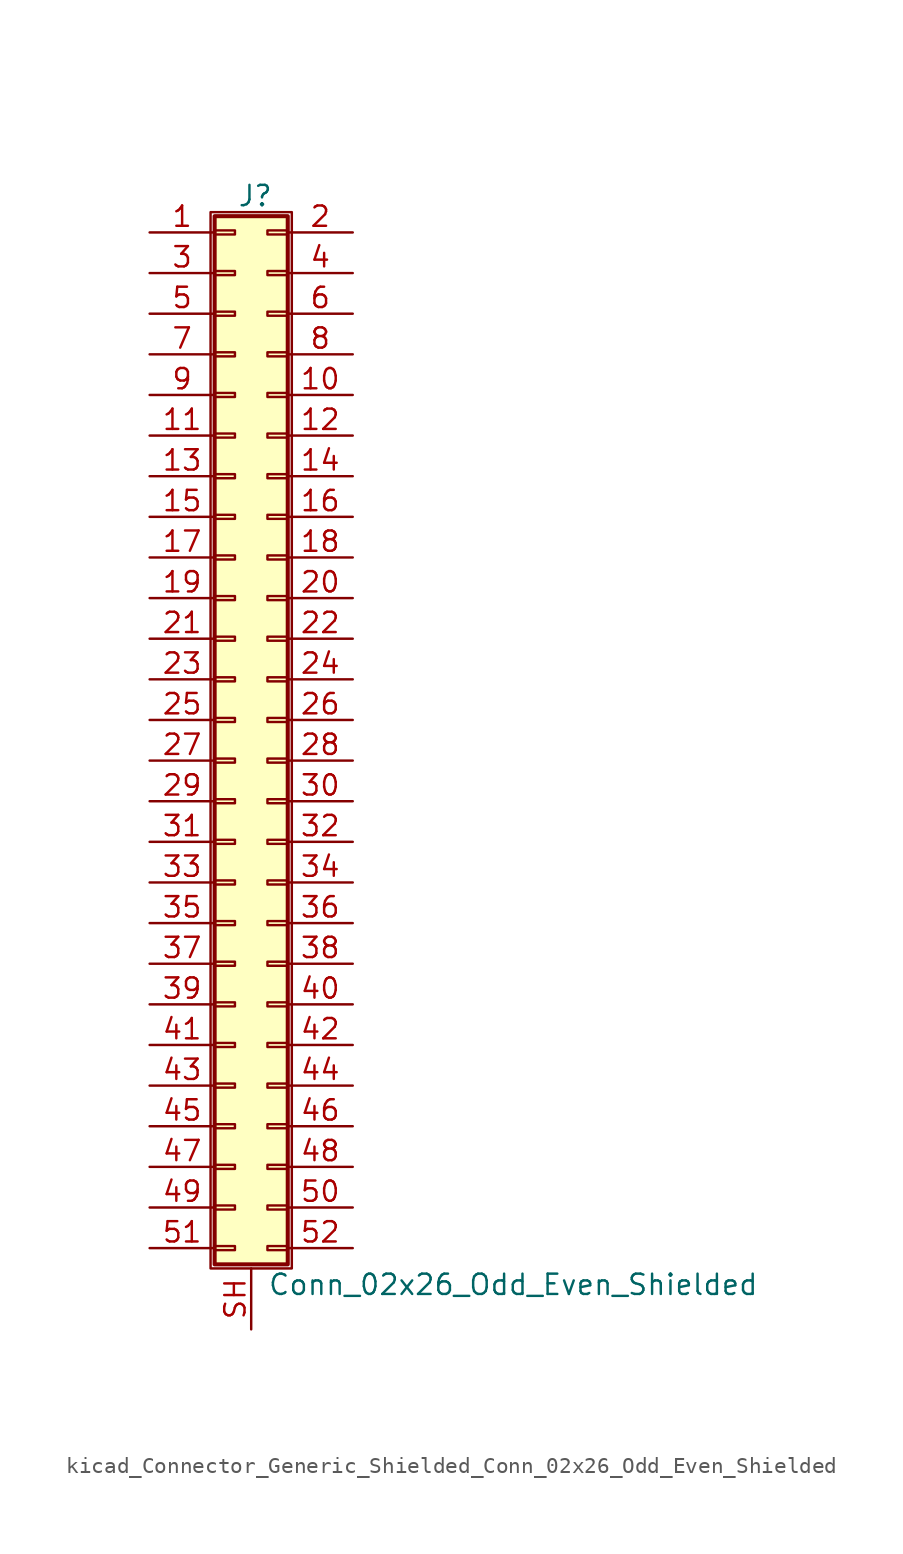
<source format=kicad_sym>
(kicad_symbol_lib
  (version 20220914)
  (generator kicad_symbol_editor)
  (symbol "kicad_Connector_Generic_Shielded_Conn_02x26_Odd_Even_Shielded"
    (pin_names
      (offset 1.016) hide)
    (property "Reference" "J"
      (at 1.524 32.766 0)
      (effects (font (size 1.27 1.27))))
    (property "Value" "Conn_02x26_Odd_Even_Shielded"
      (at 2.286 -35.306 0)
      (effects (font (size 1.27 1.27)) (justify left)))
    (symbol "kicad_Connector_Generic_Shielded_Conn_02x26_Odd_Even_Shielded_1_1"
      (rectangle (start -1.27 31.75) (end 3.81 -34.29) (stroke (width 0.152) (type default)) (fill (type none)))
      (rectangle (start -1.016 -32.893) (end 0.254 -33.147) (stroke (width 0.152) (type default)) (fill (type none)))
      (rectangle (start -1.016 -30.353) (end 0.254 -30.607) (stroke (width 0.152) (type default)) (fill (type none)))
      (rectangle (start -1.016 -27.813) (end 0.254 -28.067) (stroke (width 0.152) (type default)) (fill (type none)))
      (rectangle (start -1.016 -25.273) (end 0.254 -25.527) (stroke (width 0.152) (type default)) (fill (type none)))
      (rectangle (start -1.016 -22.733) (end 0.254 -22.987) (stroke (width 0.152) (type default)) (fill (type none)))
      (rectangle (start -1.016 -20.193) (end 0.254 -20.447) (stroke (width 0.152) (type default)) (fill (type none)))
      (rectangle (start -1.016 -17.653) (end 0.254 -17.907) (stroke (width 0.152) (type default)) (fill (type none)))
      (rectangle (start -1.016 -15.113) (end 0.254 -15.367) (stroke (width 0.152) (type default)) (fill (type none)))
      (rectangle (start -1.016 -12.573) (end 0.254 -12.827) (stroke (width 0.152) (type default)) (fill (type none)))
      (rectangle (start -1.016 -10.033) (end 0.254 -10.287) (stroke (width 0.152) (type default)) (fill (type none)))
      (rectangle (start -1.016 -7.493) (end 0.254 -7.747) (stroke (width 0.152) (type default)) (fill (type none)))
      (rectangle (start -1.016 -4.953) (end 0.254 -5.207) (stroke (width 0.152) (type default)) (fill (type none)))
      (rectangle (start -1.016 -2.413) (end 0.254 -2.667) (stroke (width 0.152) (type default)) (fill (type none)))
      (rectangle (start -1.016 0.127) (end 0.254 -0.127) (stroke (width 0.152) (type default)) (fill (type none)))
      (rectangle (start -1.016 2.667) (end 0.254 2.413) (stroke (width 0.152) (type default)) (fill (type none)))
      (rectangle (start -1.016 5.207) (end 0.254 4.953) (stroke (width 0.152) (type default)) (fill (type none)))
      (rectangle (start -1.016 7.747) (end 0.254 7.493) (stroke (width 0.152) (type default)) (fill (type none)))
      (rectangle (start -1.016 10.287) (end 0.254 10.033) (stroke (width 0.152) (type default)) (fill (type none)))
      (rectangle (start -1.016 12.827) (end 0.254 12.573) (stroke (width 0.152) (type default)) (fill (type none)))
      (rectangle (start -1.016 15.367) (end 0.254 15.113) (stroke (width 0.152) (type default)) (fill (type none)))
      (rectangle (start -1.016 17.907) (end 0.254 17.653) (stroke (width 0.152) (type default)) (fill (type none)))
      (rectangle (start -1.016 20.447) (end 0.254 20.193) (stroke (width 0.152) (type default)) (fill (type none)))
      (rectangle (start -1.016 22.987) (end 0.254 22.733) (stroke (width 0.152) (type default)) (fill (type none)))
      (rectangle (start -1.016 25.527) (end 0.254 25.273) (stroke (width 0.152) (type default)) (fill (type none)))
      (rectangle (start -1.016 28.067) (end 0.254 27.813) (stroke (width 0.152) (type default)) (fill (type none)))
      (rectangle (start -1.016 30.607) (end 0.254 30.353) (stroke (width 0.152) (type default)) (fill (type none)))
      (rectangle (start -1.016 31.496) (end 3.556 -34.036) (stroke (width 0.254) (type default)) (fill (type background)))
      (rectangle (start 3.556 -32.893) (end 2.286 -33.147) (stroke (width 0.152) (type default)) (fill (type none)))
      (rectangle (start 3.556 -30.353) (end 2.286 -30.607) (stroke (width 0.152) (type default)) (fill (type none)))
      (rectangle (start 3.556 -27.813) (end 2.286 -28.067) (stroke (width 0.152) (type default)) (fill (type none)))
      (rectangle (start 3.556 -25.273) (end 2.286 -25.527) (stroke (width 0.152) (type default)) (fill (type none)))
      (rectangle (start 3.556 -22.733) (end 2.286 -22.987) (stroke (width 0.152) (type default)) (fill (type none)))
      (rectangle (start 3.556 -20.193) (end 2.286 -20.447) (stroke (width 0.152) (type default)) (fill (type none)))
      (rectangle (start 3.556 -17.653) (end 2.286 -17.907) (stroke (width 0.152) (type default)) (fill (type none)))
      (rectangle (start 3.556 -15.113) (end 2.286 -15.367) (stroke (width 0.152) (type default)) (fill (type none)))
      (rectangle (start 3.556 -12.573) (end 2.286 -12.827) (stroke (width 0.152) (type default)) (fill (type none)))
      (rectangle (start 3.556 -10.033) (end 2.286 -10.287) (stroke (width 0.152) (type default)) (fill (type none)))
      (rectangle (start 3.556 -7.493) (end 2.286 -7.747) (stroke (width 0.152) (type default)) (fill (type none)))
      (rectangle (start 3.556 -4.953) (end 2.286 -5.207) (stroke (width 0.152) (type default)) (fill (type none)))
      (rectangle (start 3.556 -2.413) (end 2.286 -2.667) (stroke (width 0.152) (type default)) (fill (type none)))
      (rectangle (start 3.556 0.127) (end 2.286 -0.127) (stroke (width 0.152) (type default)) (fill (type none)))
      (rectangle (start 3.556 2.667) (end 2.286 2.413) (stroke (width 0.152) (type default)) (fill (type none)))
      (rectangle (start 3.556 5.207) (end 2.286 4.953) (stroke (width 0.152) (type default)) (fill (type none)))
      (rectangle (start 3.556 7.747) (end 2.286 7.493) (stroke (width 0.152) (type default)) (fill (type none)))
      (rectangle (start 3.556 10.287) (end 2.286 10.033) (stroke (width 0.152) (type default)) (fill (type none)))
      (rectangle (start 3.556 12.827) (end 2.286 12.573) (stroke (width 0.152) (type default)) (fill (type none)))
      (rectangle (start 3.556 15.367) (end 2.286 15.113) (stroke (width 0.152) (type default)) (fill (type none)))
      (rectangle (start 3.556 17.907) (end 2.286 17.653) (stroke (width 0.152) (type default)) (fill (type none)))
      (rectangle (start 3.556 20.447) (end 2.286 20.193) (stroke (width 0.152) (type default)) (fill (type none)))
      (rectangle (start 3.556 22.987) (end 2.286 22.733) (stroke (width 0.152) (type default)) (fill (type none)))
      (rectangle (start 3.556 25.527) (end 2.286 25.273) (stroke (width 0.152) (type default)) (fill (type none)))
      (rectangle (start 3.556 28.067) (end 2.286 27.813) (stroke (width 0.152) (type default)) (fill (type none)))
      (rectangle (start 3.556 30.607) (end 2.286 30.353) (stroke (width 0.152) (type default)) (fill (type none)))
      (pin passive line (at -5.08 30.48 0) (length 4.064) (name "Pin_1" (effects (font (size 1.27 1.27)))) (number "1" (effects (font (size 1.27 1.27)))))
      (pin passive line (at 7.62 20.32 180) (length 4.064) (name "Pin_10" (effects (font (size 1.27 1.27)))) (number "10" (effects (font (size 1.27 1.27)))))
      (pin passive line (at -5.08 17.78 0) (length 4.064) (name "Pin_11" (effects (font (size 1.27 1.27)))) (number "11" (effects (font (size 1.27 1.27)))))
      (pin passive line (at 7.62 17.78 180) (length 4.064) (name "Pin_12" (effects (font (size 1.27 1.27)))) (number "12" (effects (font (size 1.27 1.27)))))
      (pin passive line (at -5.08 15.24 0) (length 4.064) (name "Pin_13" (effects (font (size 1.27 1.27)))) (number "13" (effects (font (size 1.27 1.27)))))
      (pin passive line (at 7.62 15.24 180) (length 4.064) (name "Pin_14" (effects (font (size 1.27 1.27)))) (number "14" (effects (font (size 1.27 1.27)))))
      (pin passive line (at -5.08 12.7 0) (length 4.064) (name "Pin_15" (effects (font (size 1.27 1.27)))) (number "15" (effects (font (size 1.27 1.27)))))
      (pin passive line (at 7.62 12.7 180) (length 4.064) (name "Pin_16" (effects (font (size 1.27 1.27)))) (number "16" (effects (font (size 1.27 1.27)))))
      (pin passive line (at -5.08 10.16 0) (length 4.064) (name "Pin_17" (effects (font (size 1.27 1.27)))) (number "17" (effects (font (size 1.27 1.27)))))
      (pin passive line (at 7.62 10.16 180) (length 4.064) (name "Pin_18" (effects (font (size 1.27 1.27)))) (number "18" (effects (font (size 1.27 1.27)))))
      (pin passive line (at -5.08 7.62 0) (length 4.064) (name "Pin_19" (effects (font (size 1.27 1.27)))) (number "19" (effects (font (size 1.27 1.27)))))
      (pin passive line (at 7.62 30.48 180) (length 4.064) (name "Pin_2" (effects (font (size 1.27 1.27)))) (number "2" (effects (font (size 1.27 1.27)))))
      (pin passive line (at 7.62 7.62 180) (length 4.064) (name "Pin_20" (effects (font (size 1.27 1.27)))) (number "20" (effects (font (size 1.27 1.27)))))
      (pin passive line (at -5.08 5.08 0) (length 4.064) (name "Pin_21" (effects (font (size 1.27 1.27)))) (number "21" (effects (font (size 1.27 1.27)))))
      (pin passive line (at 7.62 5.08 180) (length 4.064) (name "Pin_22" (effects (font (size 1.27 1.27)))) (number "22" (effects (font (size 1.27 1.27)))))
      (pin passive line (at -5.08 2.54 0) (length 4.064) (name "Pin_23" (effects (font (size 1.27 1.27)))) (number "23" (effects (font (size 1.27 1.27)))))
      (pin passive line (at 7.62 2.54 180) (length 4.064) (name "Pin_24" (effects (font (size 1.27 1.27)))) (number "24" (effects (font (size 1.27 1.27)))))
      (pin passive line (at -5.08 0 0) (length 4.064) (name "Pin_25" (effects (font (size 1.27 1.27)))) (number "25" (effects (font (size 1.27 1.27)))))
      (pin passive line (at 7.62 0 180) (length 4.064) (name "Pin_26" (effects (font (size 1.27 1.27)))) (number "26" (effects (font (size 1.27 1.27)))))
      (pin passive line (at -5.08 -2.54 0) (length 4.064) (name "Pin_27" (effects (font (size 1.27 1.27)))) (number "27" (effects (font (size 1.27 1.27)))))
      (pin passive line (at 7.62 -2.54 180) (length 4.064) (name "Pin_28" (effects (font (size 1.27 1.27)))) (number "28" (effects (font (size 1.27 1.27)))))
      (pin passive line (at -5.08 -5.08 0) (length 4.064) (name "Pin_29" (effects (font (size 1.27 1.27)))) (number "29" (effects (font (size 1.27 1.27)))))
      (pin passive line (at -5.08 27.94 0) (length 4.064) (name "Pin_3" (effects (font (size 1.27 1.27)))) (number "3" (effects (font (size 1.27 1.27)))))
      (pin passive line (at 7.62 -5.08 180) (length 4.064) (name "Pin_30" (effects (font (size 1.27 1.27)))) (number "30" (effects (font (size 1.27 1.27)))))
      (pin passive line (at -5.08 -7.62 0) (length 4.064) (name "Pin_31" (effects (font (size 1.27 1.27)))) (number "31" (effects (font (size 1.27 1.27)))))
      (pin passive line (at 7.62 -7.62 180) (length 4.064) (name "Pin_32" (effects (font (size 1.27 1.27)))) (number "32" (effects (font (size 1.27 1.27)))))
      (pin passive line (at -5.08 -10.16 0) (length 4.064) (name "Pin_33" (effects (font (size 1.27 1.27)))) (number "33" (effects (font (size 1.27 1.27)))))
      (pin passive line (at 7.62 -10.16 180) (length 4.064) (name "Pin_34" (effects (font (size 1.27 1.27)))) (number "34" (effects (font (size 1.27 1.27)))))
      (pin passive line (at -5.08 -12.7 0) (length 4.064) (name "Pin_35" (effects (font (size 1.27 1.27)))) (number "35" (effects (font (size 1.27 1.27)))))
      (pin passive line (at 7.62 -12.7 180) (length 4.064) (name "Pin_36" (effects (font (size 1.27 1.27)))) (number "36" (effects (font (size 1.27 1.27)))))
      (pin passive line (at -5.08 -15.24 0) (length 4.064) (name "Pin_37" (effects (font (size 1.27 1.27)))) (number "37" (effects (font (size 1.27 1.27)))))
      (pin passive line (at 7.62 -15.24 180) (length 4.064) (name "Pin_38" (effects (font (size 1.27 1.27)))) (number "38" (effects (font (size 1.27 1.27)))))
      (pin passive line (at -5.08 -17.78 0) (length 4.064) (name "Pin_39" (effects (font (size 1.27 1.27)))) (number "39" (effects (font (size 1.27 1.27)))))
      (pin passive line (at 7.62 27.94 180) (length 4.064) (name "Pin_4" (effects (font (size 1.27 1.27)))) (number "4" (effects (font (size 1.27 1.27)))))
      (pin passive line (at 7.62 -17.78 180) (length 4.064) (name "Pin_40" (effects (font (size 1.27 1.27)))) (number "40" (effects (font (size 1.27 1.27)))))
      (pin passive line (at -5.08 -20.32 0) (length 4.064) (name "Pin_41" (effects (font (size 1.27 1.27)))) (number "41" (effects (font (size 1.27 1.27)))))
      (pin passive line (at 7.62 -20.32 180) (length 4.064) (name "Pin_42" (effects (font (size 1.27 1.27)))) (number "42" (effects (font (size 1.27 1.27)))))
      (pin passive line (at -5.08 -22.86 0) (length 4.064) (name "Pin_43" (effects (font (size 1.27 1.27)))) (number "43" (effects (font (size 1.27 1.27)))))
      (pin passive line (at 7.62 -22.86 180) (length 4.064) (name "Pin_44" (effects (font (size 1.27 1.27)))) (number "44" (effects (font (size 1.27 1.27)))))
      (pin passive line (at -5.08 -25.4 0) (length 4.064) (name "Pin_45" (effects (font (size 1.27 1.27)))) (number "45" (effects (font (size 1.27 1.27)))))
      (pin passive line (at 7.62 -25.4 180) (length 4.064) (name "Pin_46" (effects (font (size 1.27 1.27)))) (number "46" (effects (font (size 1.27 1.27)))))
      (pin passive line (at -5.08 -27.94 0) (length 4.064) (name "Pin_47" (effects (font (size 1.27 1.27)))) (number "47" (effects (font (size 1.27 1.27)))))
      (pin passive line (at 7.62 -27.94 180) (length 4.064) (name "Pin_48" (effects (font (size 1.27 1.27)))) (number "48" (effects (font (size 1.27 1.27)))))
      (pin passive line (at -5.08 -30.48 0) (length 4.064) (name "Pin_49" (effects (font (size 1.27 1.27)))) (number "49" (effects (font (size 1.27 1.27)))))
      (pin passive line (at -5.08 25.4 0) (length 4.064) (name "Pin_5" (effects (font (size 1.27 1.27)))) (number "5" (effects (font (size 1.27 1.27)))))
      (pin passive line (at 7.62 -30.48 180) (length 4.064) (name "Pin_50" (effects (font (size 1.27 1.27)))) (number "50" (effects (font (size 1.27 1.27)))))
      (pin passive line (at -5.08 -33.02 0) (length 4.064) (name "Pin_51" (effects (font (size 1.27 1.27)))) (number "51" (effects (font (size 1.27 1.27)))))
      (pin passive line (at 7.62 -33.02 180) (length 4.064) (name "Pin_52" (effects (font (size 1.27 1.27)))) (number "52" (effects (font (size 1.27 1.27)))))
      (pin passive line (at 7.62 25.4 180) (length 4.064) (name "Pin_6" (effects (font (size 1.27 1.27)))) (number "6" (effects (font (size 1.27 1.27)))))
      (pin passive line (at -5.08 22.86 0) (length 4.064) (name "Pin_7" (effects (font (size 1.27 1.27)))) (number "7" (effects (font (size 1.27 1.27)))))
      (pin passive line (at 7.62 22.86 180) (length 4.064) (name "Pin_8" (effects (font (size 1.27 1.27)))) (number "8" (effects (font (size 1.27 1.27)))))
      (pin passive line (at -5.08 20.32 0) (length 4.064) (name "Pin_9" (effects (font (size 1.27 1.27)))) (number "9" (effects (font (size 1.27 1.27)))))
      (pin passive line (at 1.27 -38.1 90) (length 3.81) (name "Shield" (effects (font (size 1.27 1.27)))) (number "SH" (effects (font (size 1.27 1.27))))))))
</source>
